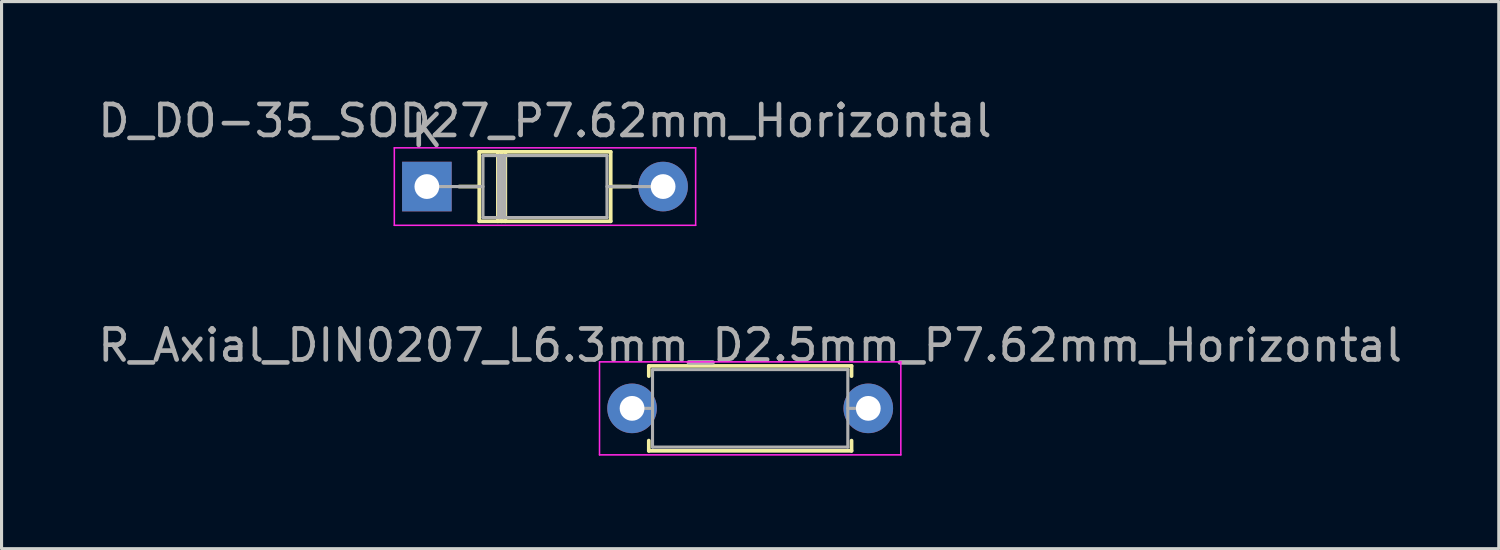
<source format=kicad_pcb>
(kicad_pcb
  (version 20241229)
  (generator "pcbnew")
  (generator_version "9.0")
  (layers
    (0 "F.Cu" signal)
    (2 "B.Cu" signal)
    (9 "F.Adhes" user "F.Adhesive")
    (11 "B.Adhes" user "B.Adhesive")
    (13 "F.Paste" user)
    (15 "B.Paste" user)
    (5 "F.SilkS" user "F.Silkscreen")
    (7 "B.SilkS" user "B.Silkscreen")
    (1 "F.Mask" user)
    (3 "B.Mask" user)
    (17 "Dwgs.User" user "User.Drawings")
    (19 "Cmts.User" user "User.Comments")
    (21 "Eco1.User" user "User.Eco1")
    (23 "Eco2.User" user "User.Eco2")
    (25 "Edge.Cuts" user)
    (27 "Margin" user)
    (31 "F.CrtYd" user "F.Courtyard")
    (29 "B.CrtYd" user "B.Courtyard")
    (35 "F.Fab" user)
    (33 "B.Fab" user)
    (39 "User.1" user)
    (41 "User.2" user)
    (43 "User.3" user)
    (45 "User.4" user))
  (footprint "R_Axial_DIN0207_L6.3mm_D2.5mm_P7.62mm_Horizontal"
    (layer "F.Cu")
    (at 17.339 10.123)
    (property "Reference" "R_Axial_DIN0207_L6.3mm_D2.5mm_P7.62mm_Horizontal" (at 3.81 -2.032 0) (layer "F.Fab") (effects (font (size 1 1) (thickness 0.15))))
    (attr through_hole)
    (fp_line (start 0.54 -1.37) (end 7.08 -1.37) (stroke (width 0.12) (type solid)) (layer "F.SilkS"))
    (fp_line (start 0.54 -1.04) (end 0.54 -1.37) (stroke (width 0.12) (type solid)) (layer "F.SilkS"))
    (fp_line (start 0.54 1.04) (end 0.54 1.37) (stroke (width 0.12) (type solid)) (layer "F.SilkS"))
    (fp_line (start 0.54 1.37) (end 7.08 1.37) (stroke (width 0.12) (type solid)) (layer "F.SilkS"))
    (fp_line (start 7.08 -1.37) (end 7.08 -1.04) (stroke (width 0.12) (type solid)) (layer "F.SilkS"))
    (fp_line (start 7.08 1.37) (end 7.08 1.04) (stroke (width 0.12) (type solid)) (layer "F.SilkS"))
    (fp_line (start -1.05 -1.5) (end -1.05 1.5) (stroke (width 0.05) (type solid)) (layer "F.CrtYd"))
    (fp_line (start -1.05 1.5) (end 8.67 1.5) (stroke (width 0.05) (type solid)) (layer "F.CrtYd"))
    (fp_line (start 8.67 -1.5) (end -1.05 -1.5) (stroke (width 0.05) (type solid)) (layer "F.CrtYd"))
    (fp_line (start 8.67 1.5) (end 8.67 -1.5) (stroke (width 0.05) (type solid)) (layer "F.CrtYd"))
    (fp_line (start 0 0) (end 0.66 0) (stroke (width 0.1) (type solid)) (layer "F.Fab"))
    (fp_line (start 0.66 -1.25) (end 0.66 1.25) (stroke (width 0.1) (type solid)) (layer "F.Fab"))
    (fp_line (start 0.66 1.25) (end 6.96 1.25) (stroke (width 0.1) (type solid)) (layer "F.Fab"))
    (fp_line (start 6.96 -1.25) (end 0.66 -1.25) (stroke (width 0.1) (type solid)) (layer "F.Fab"))
    (fp_line (start 6.96 1.25) (end 6.96 -1.25) (stroke (width 0.1) (type solid)) (layer "F.Fab"))
    (fp_line (start 7.62 0) (end 6.96 0) (stroke (width 0.1) (type solid)) (layer "F.Fab"))
    (pad "1" thru_hole circle (at 0 0) (size 1.6 1.6) (drill 0.8) (layers "*.Cu" "*.Mask"))
    (pad "2" thru_hole oval (at 7.62 0) (size 1.6 1.6) (drill 0.8) (layers "*.Cu" "*.Mask")))
  (footprint "D_DO-35_SOD27_P7.62mm_Horizontal"
    (layer "F.Cu")
    (at 10.72 2.968)
    (property "Reference" "D_DO-35_SOD27_P7.62mm_Horizontal" (at 3.81 -2.12 0) (layer "F.Fab") (effects (font (size 1 1) (thickness 0.15))))
    (attr through_hole)
    (fp_line (start 1.04 0) (end 1.69 0) (stroke (width 0.12) (type solid)) (layer "F.SilkS"))
    (fp_line (start 1.69 -1.12) (end 1.69 1.12) (stroke (width 0.12) (type solid)) (layer "F.SilkS"))
    (fp_line (start 1.69 1.12) (end 5.93 1.12) (stroke (width 0.12) (type solid)) (layer "F.SilkS"))
    (fp_line (start 2.29 -1.12) (end 2.29 1.12) (stroke (width 0.12) (type solid)) (layer "F.SilkS"))
    (fp_line (start 2.41 -1.12) (end 2.41 1.12) (stroke (width 0.12) (type solid)) (layer "F.SilkS"))
    (fp_line (start 2.53 -1.12) (end 2.53 1.12) (stroke (width 0.12) (type solid)) (layer "F.SilkS"))
    (fp_line (start 5.93 -1.12) (end 1.69 -1.12) (stroke (width 0.12) (type solid)) (layer "F.SilkS"))
    (fp_line (start 5.93 1.12) (end 5.93 -1.12) (stroke (width 0.12) (type solid)) (layer "F.SilkS"))
    (fp_line (start 6.58 0) (end 5.93 0) (stroke (width 0.12) (type solid)) (layer "F.SilkS"))
    (fp_line (start -1.05 -1.25) (end -1.05 1.25) (stroke (width 0.05) (type solid)) (layer "F.CrtYd"))
    (fp_line (start -1.05 1.25) (end 8.67 1.25) (stroke (width 0.05) (type solid)) (layer "F.CrtYd"))
    (fp_line (start 8.67 -1.25) (end -1.05 -1.25) (stroke (width 0.05) (type solid)) (layer "F.CrtYd"))
    (fp_line (start 8.67 1.25) (end 8.67 -1.25) (stroke (width 0.05) (type solid)) (layer "F.CrtYd"))
    (fp_line (start 0 0) (end 1.81 0) (stroke (width 0.1) (type solid)) (layer "F.Fab"))
    (fp_line (start 1.81 -1) (end 1.81 1) (stroke (width 0.1) (type solid)) (layer "F.Fab"))
    (fp_line (start 1.81 1) (end 5.81 1) (stroke (width 0.1) (type solid)) (layer "F.Fab"))
    (fp_line (start 2.31 -1) (end 2.31 1) (stroke (width 0.1) (type solid)) (layer "F.Fab"))
    (fp_line (start 2.41 -1) (end 2.41 1) (stroke (width 0.1) (type solid)) (layer "F.Fab"))
    (fp_line (start 2.51 -1) (end 2.51 1) (stroke (width 0.1) (type solid)) (layer "F.Fab"))
    (fp_line (start 5.81 -1) (end 1.81 -1) (stroke (width 0.1) (type solid)) (layer "F.Fab"))
    (fp_line (start 5.81 1) (end 5.81 -1) (stroke (width 0.1) (type solid)) (layer "F.Fab"))
    (fp_line (start 7.62 0) (end 5.81 0) (stroke (width 0.1) (type solid)) (layer "F.Fab"))
    (fp_text user "K" (at 0 -1.8 0) (layer "F.Fab") (effects (font (size 1 1) (thickness 0.15))))
    (pad "1" thru_hole rect (at 0 0) (size 1.6 1.6) (drill 0.8) (layers "*.Cu" "*.Mask"))
    (pad "2" thru_hole oval (at 7.62 0) (size 1.6 1.6) (drill 0.8) (layers "*.Cu" "*.Mask")))
  (gr_rect
    (start -3 -3)
    (end 45.298 14.649)
    (stroke (width 0.1) (type default))
    (fill no)
    (layer "Edge.Cuts")))
</source>
